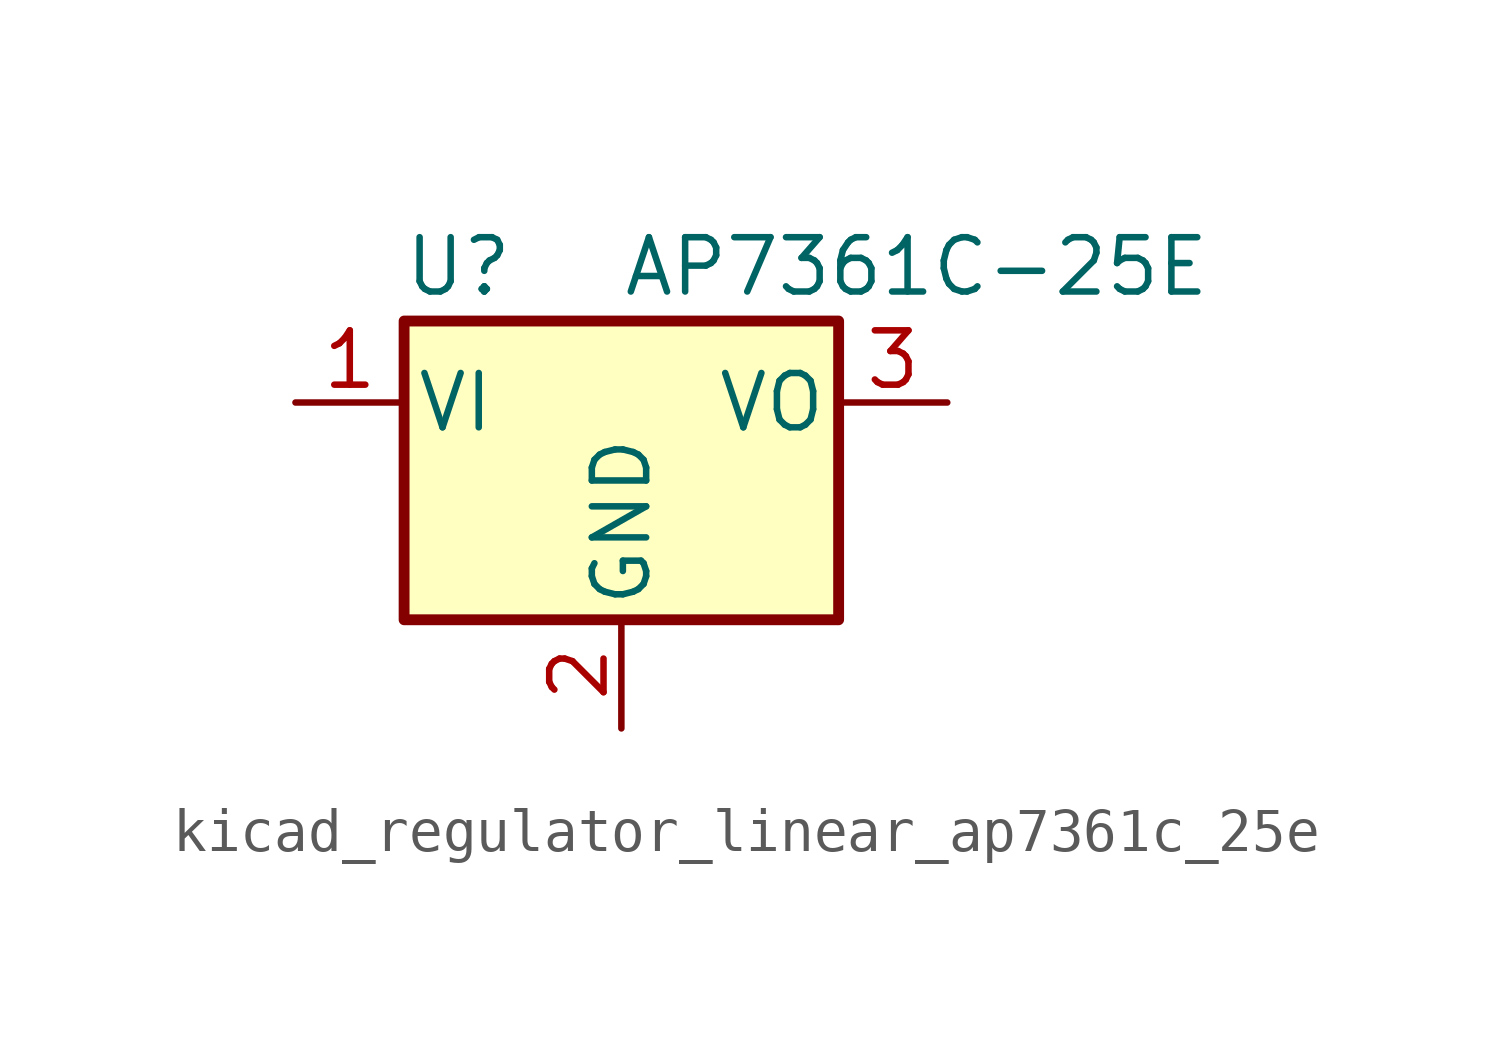
<source format=kicad_sym>
(kicad_symbol_lib
  (version 20220914)
  (generator kicad_symbol_editor)
  (symbol "kicad_regulator_linear_ap7361c_25e"
    (pin_names
      (offset 0.254))
    (property "Reference" "U"
      (at -3.81 3.175 0)
      (effects (font (size 1.27 1.27))))
    (property "Value" "AP7361C-25E"
      (at 0 3.175 0)
      (effects (font (size 1.27 1.27)) (justify left)))
    (symbol "kicad_regulator_linear_ap7361c_25e_0_1"
      (rectangle (start -5.08 -5.08) (end 5.08 1.905) (stroke (width 0.254) (type default)) (fill (type background))))
    (symbol "kicad_regulator_linear_ap7361c_25e_1_1"
      (pin power_in line (at -7.62 0 0) (length 2.54) (name "VI" (effects (font (size 1.27 1.27)))) (number "1" (effects (font (size 1.27 1.27)))))
      (pin power_in line (at 0 -7.62 90) (length 2.54) (name "GND" (effects (font (size 1.27 1.27)))) (number "2" (effects (font (size 1.27 1.27)))))
      (pin power_out line (at 7.62 0 180) (length 2.54) (name "VO" (effects (font (size 1.27 1.27)))) (number "3" (effects (font (size 1.27 1.27))))))))
</source>
